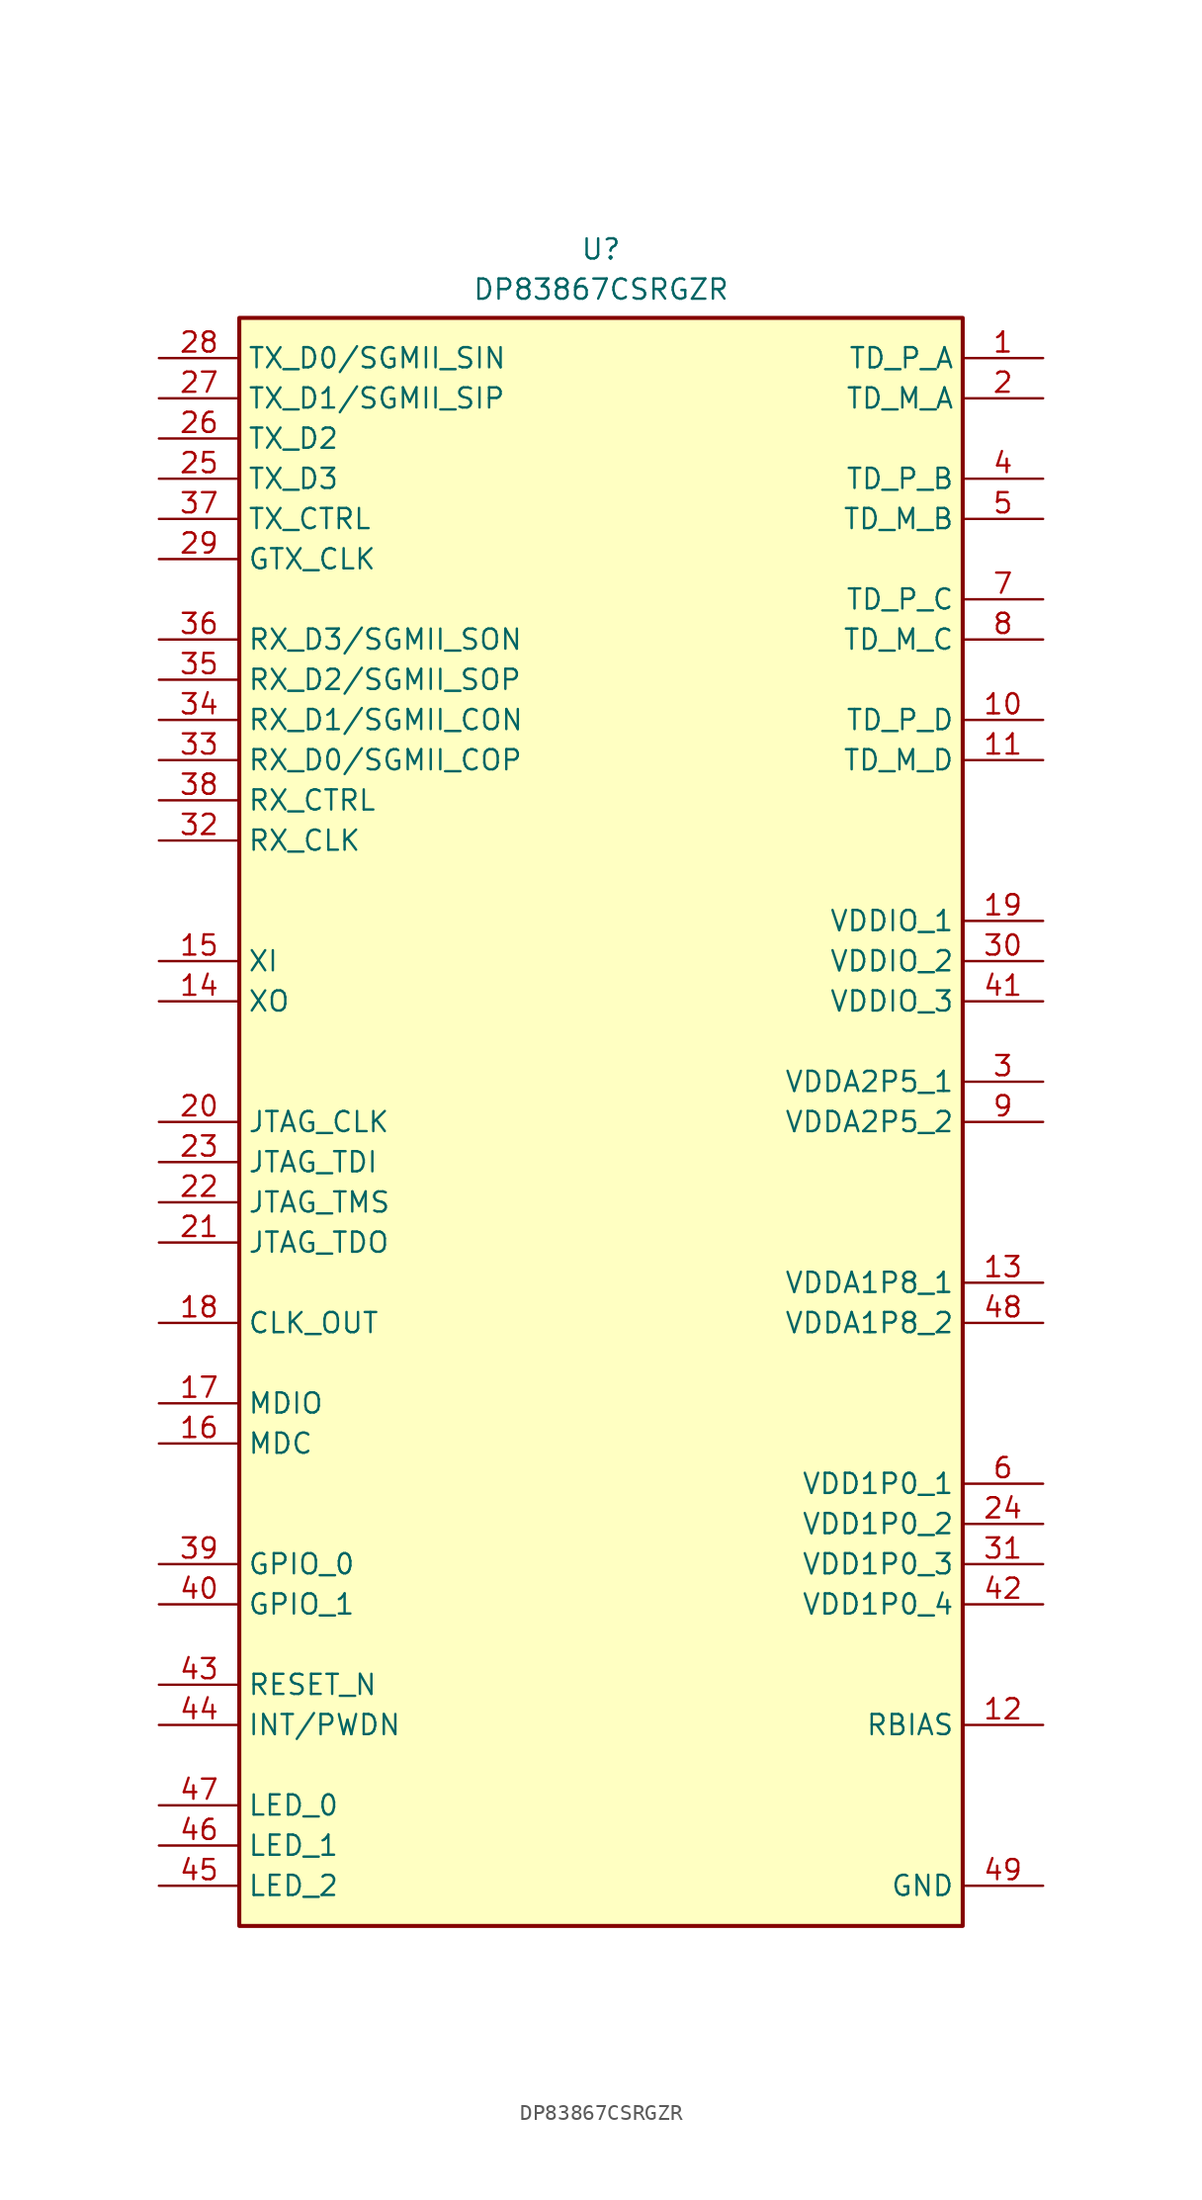
<source format=kicad_sym>
(kicad_symbol_lib
  (version 20231120)
  (generator "kicad_symbol_editor")
  (generator_version "8.0")
  (symbol "DP83867CSRGZR"
    (property "Reference" "U"
      (at 0 5.08 0)
      (effects (font (size 1.27 1.27)) (justify top)))
    (property "Value" "DP83867CSRGZR"
      (at 0 2.54 0)
      (effects (font (size 1.27 1.27)) (justify top)))
    (symbol "DP83867CSRGZR_1_1"
      (rectangle (start -22.86 0) (end 22.86 -101.6) (stroke (width 0.254) (type default)) (fill (type background)))
      (pin passive line (at 27.94 -2.54 180) (length 5.08) (name "TD_P_A" (effects (font (size 1.27 1.27)))) (number "1" (effects (font (size 1.27 1.27)))))
      (pin passive line (at 27.94 -25.4 180) (length 5.08) (name "TD_P_D" (effects (font (size 1.27 1.27)))) (number "10" (effects (font (size 1.27 1.27)))))
      (pin passive line (at 27.94 -27.94 180) (length 5.08) (name "TD_M_D" (effects (font (size 1.27 1.27)))) (number "11" (effects (font (size 1.27 1.27)))))
      (pin passive line (at 27.94 -88.9 180) (length 5.08) (name "RBIAS" (effects (font (size 1.27 1.27)))) (number "12" (effects (font (size 1.27 1.27)))))
      (pin passive line (at 27.94 -60.96 180) (length 5.08) (name "VDDA1P8_1" (effects (font (size 1.27 1.27)))) (number "13" (effects (font (size 1.27 1.27)))))
      (pin passive line (at -27.94 -43.18 0) (length 5.08) (name "XO" (effects (font (size 1.27 1.27)))) (number "14" (effects (font (size 1.27 1.27)))))
      (pin passive line (at -27.94 -40.64 0) (length 5.08) (name "XI" (effects (font (size 1.27 1.27)))) (number "15" (effects (font (size 1.27 1.27)))))
      (pin passive line (at -27.94 -71.12 0) (length 5.08) (name "MDC" (effects (font (size 1.27 1.27)))) (number "16" (effects (font (size 1.27 1.27)))))
      (pin passive line (at -27.94 -68.58 0) (length 5.08) (name "MDIO" (effects (font (size 1.27 1.27)))) (number "17" (effects (font (size 1.27 1.27)))))
      (pin passive line (at -27.94 -63.5 0) (length 5.08) (name "CLK_OUT" (effects (font (size 1.27 1.27)))) (number "18" (effects (font (size 1.27 1.27)))))
      (pin passive line (at 27.94 -38.1 180) (length 5.08) (name "VDDIO_1" (effects (font (size 1.27 1.27)))) (number "19" (effects (font (size 1.27 1.27)))))
      (pin passive line (at 27.94 -5.08 180) (length 5.08) (name "TD_M_A" (effects (font (size 1.27 1.27)))) (number "2" (effects (font (size 1.27 1.27)))))
      (pin passive line (at -27.94 -50.8 0) (length 5.08) (name "JTAG_CLK" (effects (font (size 1.27 1.27)))) (number "20" (effects (font (size 1.27 1.27)))))
      (pin passive line (at -27.94 -58.42 0) (length 5.08) (name "JTAG_TDO" (effects (font (size 1.27 1.27)))) (number "21" (effects (font (size 1.27 1.27)))))
      (pin passive line (at -27.94 -55.88 0) (length 5.08) (name "JTAG_TMS" (effects (font (size 1.27 1.27)))) (number "22" (effects (font (size 1.27 1.27)))))
      (pin passive line (at -27.94 -53.34 0) (length 5.08) (name "JTAG_TDI" (effects (font (size 1.27 1.27)))) (number "23" (effects (font (size 1.27 1.27)))))
      (pin passive line (at 27.94 -76.2 180) (length 5.08) (name "VDD1P0_2" (effects (font (size 1.27 1.27)))) (number "24" (effects (font (size 1.27 1.27)))))
      (pin passive line (at -27.94 -10.16 0) (length 5.08) (name "TX_D3" (effects (font (size 1.27 1.27)))) (number "25" (effects (font (size 1.27 1.27)))))
      (pin passive line (at -27.94 -7.62 0) (length 5.08) (name "TX_D2" (effects (font (size 1.27 1.27)))) (number "26" (effects (font (size 1.27 1.27)))))
      (pin passive line (at -27.94 -5.08 0) (length 5.08) (name "TX_D1/SGMII_SIP" (effects (font (size 1.27 1.27)))) (number "27" (effects (font (size 1.27 1.27)))))
      (pin passive line (at -27.94 -2.54 0) (length 5.08) (name "TX_D0/SGMII_SIN" (effects (font (size 1.27 1.27)))) (number "28" (effects (font (size 1.27 1.27)))))
      (pin passive line (at -27.94 -15.24 0) (length 5.08) (name "GTX_CLK" (effects (font (size 1.27 1.27)))) (number "29" (effects (font (size 1.27 1.27)))))
      (pin passive line (at 27.94 -48.26 180) (length 5.08) (name "VDDA2P5_1" (effects (font (size 1.27 1.27)))) (number "3" (effects (font (size 1.27 1.27)))))
      (pin passive line (at 27.94 -40.64 180) (length 5.08) (name "VDDIO_2" (effects (font (size 1.27 1.27)))) (number "30" (effects (font (size 1.27 1.27)))))
      (pin passive line (at 27.94 -78.74 180) (length 5.08) (name "VDD1P0_3" (effects (font (size 1.27 1.27)))) (number "31" (effects (font (size 1.27 1.27)))))
      (pin passive line (at -27.94 -33.02 0) (length 5.08) (name "RX_CLK" (effects (font (size 1.27 1.27)))) (number "32" (effects (font (size 1.27 1.27)))))
      (pin passive line (at -27.94 -27.94 0) (length 5.08) (name "RX_D0/SGMII_COP" (effects (font (size 1.27 1.27)))) (number "33" (effects (font (size 1.27 1.27)))))
      (pin passive line (at -27.94 -25.4 0) (length 5.08) (name "RX_D1/SGMII_CON" (effects (font (size 1.27 1.27)))) (number "34" (effects (font (size 1.27 1.27)))))
      (pin passive line (at -27.94 -22.86 0) (length 5.08) (name "RX_D2/SGMII_SOP" (effects (font (size 1.27 1.27)))) (number "35" (effects (font (size 1.27 1.27)))))
      (pin passive line (at -27.94 -20.32 0) (length 5.08) (name "RX_D3/SGMII_SON" (effects (font (size 1.27 1.27)))) (number "36" (effects (font (size 1.27 1.27)))))
      (pin passive line (at -27.94 -12.7 0) (length 5.08) (name "TX_CTRL" (effects (font (size 1.27 1.27)))) (number "37" (effects (font (size 1.27 1.27)))))
      (pin passive line (at -27.94 -30.48 0) (length 5.08) (name "RX_CTRL" (effects (font (size 1.27 1.27)))) (number "38" (effects (font (size 1.27 1.27)))))
      (pin passive line (at -27.94 -78.74 0) (length 5.08) (name "GPIO_0" (effects (font (size 1.27 1.27)))) (number "39" (effects (font (size 1.27 1.27)))))
      (pin passive line (at 27.94 -10.16 180) (length 5.08) (name "TD_P_B" (effects (font (size 1.27 1.27)))) (number "4" (effects (font (size 1.27 1.27)))))
      (pin passive line (at -27.94 -81.28 0) (length 5.08) (name "GPIO_1" (effects (font (size 1.27 1.27)))) (number "40" (effects (font (size 1.27 1.27)))))
      (pin passive line (at 27.94 -43.18 180) (length 5.08) (name "VDDIO_3" (effects (font (size 1.27 1.27)))) (number "41" (effects (font (size 1.27 1.27)))))
      (pin passive line (at 27.94 -81.28 180) (length 5.08) (name "VDD1P0_4" (effects (font (size 1.27 1.27)))) (number "42" (effects (font (size 1.27 1.27)))))
      (pin passive line (at -27.94 -86.36 0) (length 5.08) (name "RESET_N" (effects (font (size 1.27 1.27)))) (number "43" (effects (font (size 1.27 1.27)))))
      (pin passive line (at -27.94 -88.9 0) (length 5.08) (name "INT/PWDN" (effects (font (size 1.27 1.27)))) (number "44" (effects (font (size 1.27 1.27)))))
      (pin passive line (at -27.94 -99.06 0) (length 5.08) (name "LED_2" (effects (font (size 1.27 1.27)))) (number "45" (effects (font (size 1.27 1.27)))))
      (pin passive line (at -27.94 -96.52 0) (length 5.08) (name "LED_1" (effects (font (size 1.27 1.27)))) (number "46" (effects (font (size 1.27 1.27)))))
      (pin passive line (at -27.94 -93.98 0) (length 5.08) (name "LED_0" (effects (font (size 1.27 1.27)))) (number "47" (effects (font (size 1.27 1.27)))))
      (pin passive line (at 27.94 -63.5 180) (length 5.08) (name "VDDA1P8_2" (effects (font (size 1.27 1.27)))) (number "48" (effects (font (size 1.27 1.27)))))
      (pin passive line (at 27.94 -99.06 180) (length 5.08) (name "GND" (effects (font (size 1.27 1.27)))) (number "49" (effects (font (size 1.27 1.27)))))
      (pin passive line (at 27.94 -12.7 180) (length 5.08) (name "TD_M_B" (effects (font (size 1.27 1.27)))) (number "5" (effects (font (size 1.27 1.27)))))
      (pin passive line (at 27.94 -73.66 180) (length 5.08) (name "VDD1P0_1" (effects (font (size 1.27 1.27)))) (number "6" (effects (font (size 1.27 1.27)))))
      (pin passive line (at 27.94 -17.78 180) (length 5.08) (name "TD_P_C" (effects (font (size 1.27 1.27)))) (number "7" (effects (font (size 1.27 1.27)))))
      (pin passive line (at 27.94 -20.32 180) (length 5.08) (name "TD_M_C" (effects (font (size 1.27 1.27)))) (number "8" (effects (font (size 1.27 1.27)))))
      (pin passive line (at 27.94 -50.8 180) (length 5.08) (name "VDDA2P5_2" (effects (font (size 1.27 1.27)))) (number "9" (effects (font (size 1.27 1.27))))))))
</source>
